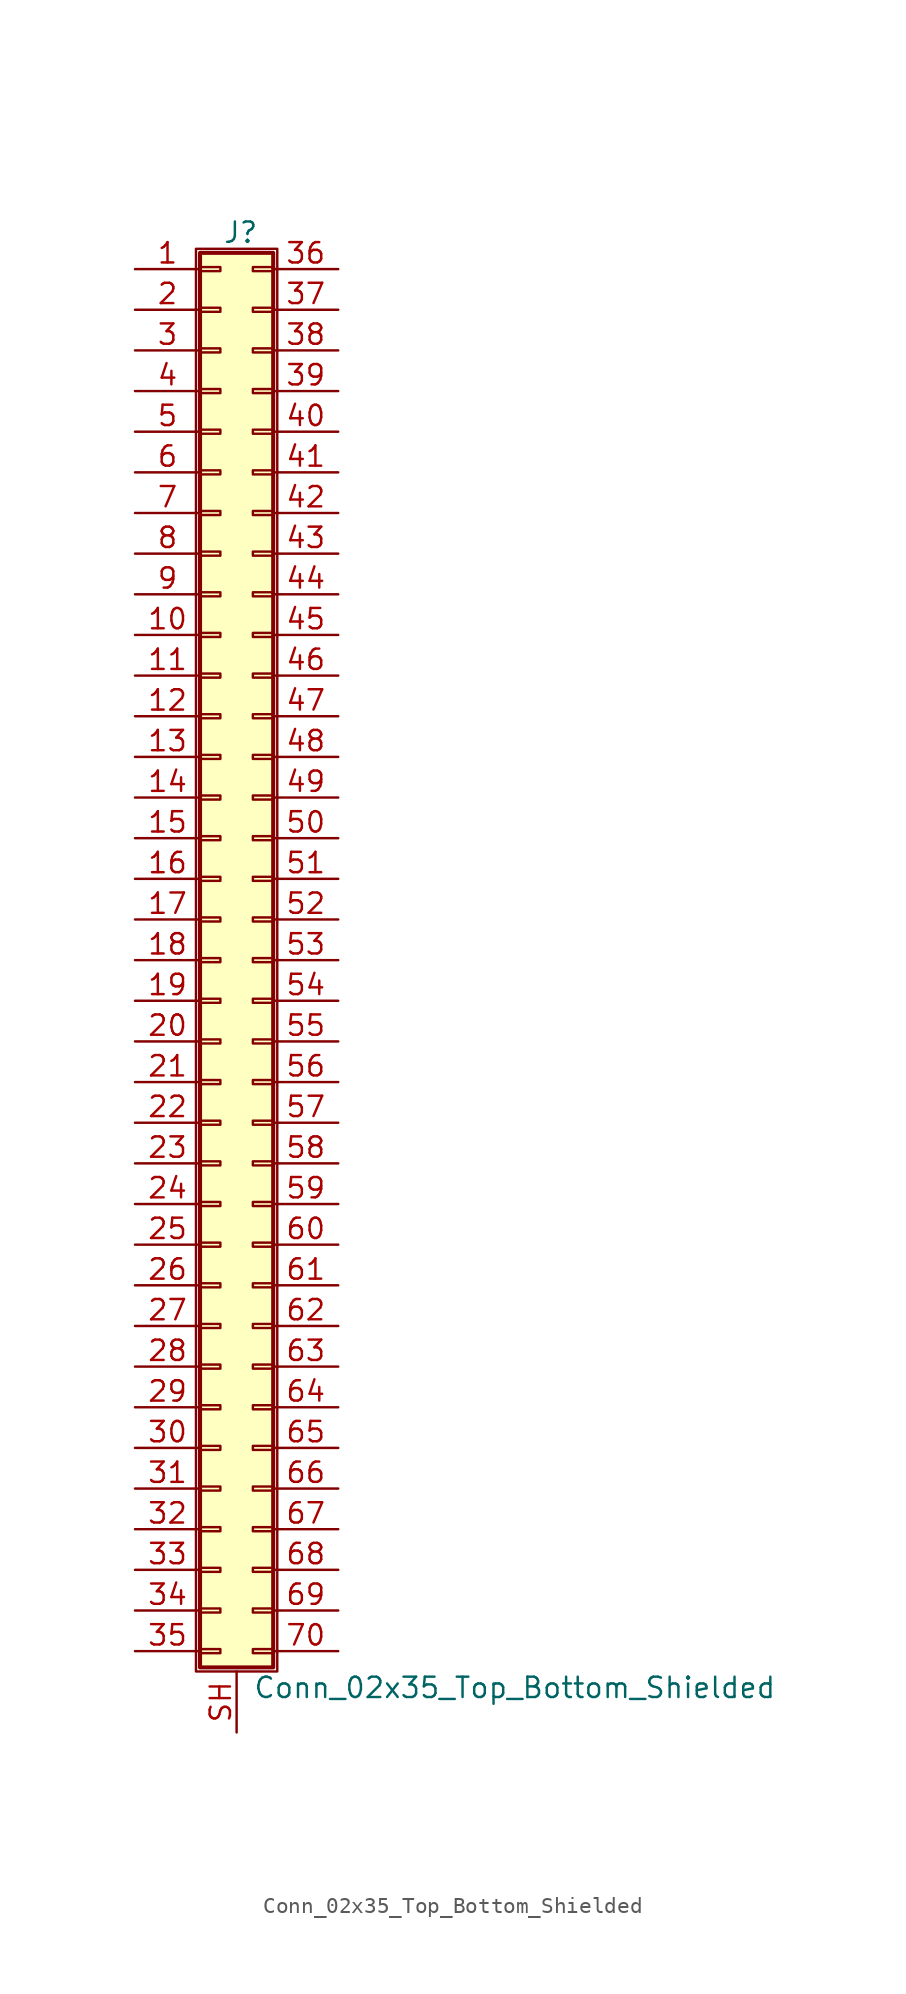
<source format=kicad_sym>
(kicad_symbol_lib
  (version 20201005)
  (generator kicad_symbol_editor)
  (symbol "Connector_Generic_Shielded:Conn_02x35_Top_Bottom_Shielded"
    (pin_names
      (offset 1.016) hide)
    (property "Reference" "J"
      (at 1.524 45.466 0)
      (effects (font (size 1.27 1.27))))
    (property "Value" "Conn_02x35_Top_Bottom_Shielded"
      (at 2.286 -45.466 0)
      (effects (font (size 1.27 1.27)) (justify left)))
    (symbol "Conn_02x35_Top_Bottom_Shielded_1_1"
      (rectangle (start -1.016 -27.813) (end 0.254 -28.067) (stroke (width 0.152)) (fill (type none)))
      (rectangle (start -1.016 -30.353) (end 0.254 -30.607) (stroke (width 0.152)) (fill (type none)))
      (rectangle (start -1.016 -32.893) (end 0.254 -33.147) (stroke (width 0.152)) (fill (type none)))
      (rectangle (start -1.016 -35.433) (end 0.254 -35.687) (stroke (width 0.152)) (fill (type none)))
      (rectangle (start -1.016 -37.973) (end 0.254 -38.227) (stroke (width 0.152)) (fill (type none)))
      (rectangle (start -1.016 -40.513) (end 0.254 -40.767) (stroke (width 0.152)) (fill (type none)))
      (rectangle (start -1.016 -43.053) (end 0.254 -43.307) (stroke (width 0.152)) (fill (type none)))
      (rectangle (start -1.016 -4.953) (end 0.254 -5.207) (stroke (width 0.152)) (fill (type none)))
      (rectangle (start -1.016 -7.493) (end 0.254 -7.747) (stroke (width 0.152)) (fill (type none)))
      (rectangle (start -1.016 -10.033) (end 0.254 -10.287) (stroke (width 0.152)) (fill (type none)))
      (rectangle (start -1.016 -12.573) (end 0.254 -12.827) (stroke (width 0.152)) (fill (type none)))
      (rectangle (start -1.016 -15.113) (end 0.254 -15.367) (stroke (width 0.152)) (fill (type none)))
      (rectangle (start -1.016 -17.653) (end 0.254 -17.907) (stroke (width 0.152)) (fill (type none)))
      (rectangle (start -1.016 -20.193) (end 0.254 -20.447) (stroke (width 0.152)) (fill (type none)))
      (rectangle (start -1.016 -22.733) (end 0.254 -22.987) (stroke (width 0.152)) (fill (type none)))
      (rectangle (start -1.016 -2.413) (end 0.254 -2.667) (stroke (width 0.152)) (fill (type none)))
      (rectangle (start -1.016 -25.273) (end 0.254 -25.527) (stroke (width 0.152)) (fill (type none)))
      (rectangle (start -1.016 25.527) (end 0.254 25.273) (stroke (width 0.152)) (fill (type none)))
      (rectangle (start -1.016 2.667) (end 0.254 2.413) (stroke (width 0.152)) (fill (type none)))
      (rectangle (start -1.016 28.067) (end 0.254 27.813) (stroke (width 0.152)) (fill (type none)))
      (rectangle (start -1.016 30.607) (end 0.254 30.353) (stroke (width 0.152)) (fill (type none)))
      (rectangle (start -1.016 33.147) (end 0.254 32.893) (stroke (width 0.152)) (fill (type none)))
      (rectangle (start -1.016 35.687) (end 0.254 35.433) (stroke (width 0.152)) (fill (type none)))
      (rectangle (start -1.016 38.227) (end 0.254 37.973) (stroke (width 0.152)) (fill (type none)))
      (rectangle (start -1.016 40.767) (end 0.254 40.513) (stroke (width 0.152)) (fill (type none)))
      (rectangle (start -1.016 43.307) (end 0.254 43.053) (stroke (width 0.152)) (fill (type none)))
      (rectangle (start -1.016 44.196) (end 3.556 -44.196) (stroke (width 0.254)) (fill (type background)))
      (rectangle (start -1.016 5.207) (end 0.254 4.953) (stroke (width 0.152)) (fill (type none)))
      (rectangle (start -1.016 7.747) (end 0.254 7.493) (stroke (width 0.152)) (fill (type none)))
      (rectangle (start -1.016 10.287) (end 0.254 10.033) (stroke (width 0.152)) (fill (type none)))
      (rectangle (start -1.016 0.127) (end 0.254 -0.127) (stroke (width 0.152)) (fill (type none)))
      (rectangle (start -1.016 12.827) (end 0.254 12.573) (stroke (width 0.152)) (fill (type none)))
      (rectangle (start -1.016 15.367) (end 0.254 15.113) (stroke (width 0.152)) (fill (type none)))
      (rectangle (start -1.016 17.907) (end 0.254 17.653) (stroke (width 0.152)) (fill (type none)))
      (rectangle (start -1.016 20.447) (end 0.254 20.193) (stroke (width 0.152)) (fill (type none)))
      (rectangle (start -1.016 22.987) (end 0.254 22.733) (stroke (width 0.152)) (fill (type none)))
      (rectangle (start -1.27 44.45) (end 3.81 -44.45) (stroke (width 0.152)) (fill (type none)))
      (rectangle (start 3.556 -27.813) (end 2.286 -28.067) (stroke (width 0.152)) (fill (type none)))
      (rectangle (start 3.556 -30.353) (end 2.286 -30.607) (stroke (width 0.152)) (fill (type none)))
      (rectangle (start 3.556 -32.893) (end 2.286 -33.147) (stroke (width 0.152)) (fill (type none)))
      (rectangle (start 3.556 -35.433) (end 2.286 -35.687) (stroke (width 0.152)) (fill (type none)))
      (rectangle (start 3.556 -37.973) (end 2.286 -38.227) (stroke (width 0.152)) (fill (type none)))
      (rectangle (start 3.556 -40.513) (end 2.286 -40.767) (stroke (width 0.152)) (fill (type none)))
      (rectangle (start 3.556 -43.053) (end 2.286 -43.307) (stroke (width 0.152)) (fill (type none)))
      (rectangle (start 3.556 -4.953) (end 2.286 -5.207) (stroke (width 0.152)) (fill (type none)))
      (rectangle (start 3.556 -7.493) (end 2.286 -7.747) (stroke (width 0.152)) (fill (type none)))
      (rectangle (start 3.556 -10.033) (end 2.286 -10.287) (stroke (width 0.152)) (fill (type none)))
      (rectangle (start 3.556 -12.573) (end 2.286 -12.827) (stroke (width 0.152)) (fill (type none)))
      (rectangle (start 3.556 -15.113) (end 2.286 -15.367) (stroke (width 0.152)) (fill (type none)))
      (rectangle (start 3.556 -17.653) (end 2.286 -17.907) (stroke (width 0.152)) (fill (type none)))
      (rectangle (start 3.556 -20.193) (end 2.286 -20.447) (stroke (width 0.152)) (fill (type none)))
      (rectangle (start 3.556 -22.733) (end 2.286 -22.987) (stroke (width 0.152)) (fill (type none)))
      (rectangle (start 3.556 -2.413) (end 2.286 -2.667) (stroke (width 0.152)) (fill (type none)))
      (rectangle (start 3.556 -25.273) (end 2.286 -25.527) (stroke (width 0.152)) (fill (type none)))
      (rectangle (start 3.556 25.527) (end 2.286 25.273) (stroke (width 0.152)) (fill (type none)))
      (rectangle (start 3.556 2.667) (end 2.286 2.413) (stroke (width 0.152)) (fill (type none)))
      (rectangle (start 3.556 28.067) (end 2.286 27.813) (stroke (width 0.152)) (fill (type none)))
      (rectangle (start 3.556 30.607) (end 2.286 30.353) (stroke (width 0.152)) (fill (type none)))
      (rectangle (start 3.556 33.147) (end 2.286 32.893) (stroke (width 0.152)) (fill (type none)))
      (rectangle (start 3.556 35.687) (end 2.286 35.433) (stroke (width 0.152)) (fill (type none)))
      (rectangle (start 3.556 38.227) (end 2.286 37.973) (stroke (width 0.152)) (fill (type none)))
      (rectangle (start 3.556 40.767) (end 2.286 40.513) (stroke (width 0.152)) (fill (type none)))
      (rectangle (start 3.556 43.307) (end 2.286 43.053) (stroke (width 0.152)) (fill (type none)))
      (rectangle (start 3.556 5.207) (end 2.286 4.953) (stroke (width 0.152)) (fill (type none)))
      (rectangle (start 3.556 7.747) (end 2.286 7.493) (stroke (width 0.152)) (fill (type none)))
      (rectangle (start 3.556 10.287) (end 2.286 10.033) (stroke (width 0.152)) (fill (type none)))
      (rectangle (start 3.556 0.127) (end 2.286 -0.127) (stroke (width 0.152)) (fill (type none)))
      (rectangle (start 3.556 12.827) (end 2.286 12.573) (stroke (width 0.152)) (fill (type none)))
      (rectangle (start 3.556 15.367) (end 2.286 15.113) (stroke (width 0.152)) (fill (type none)))
      (rectangle (start 3.556 17.907) (end 2.286 17.653) (stroke (width 0.152)) (fill (type none)))
      (rectangle (start 3.556 20.447) (end 2.286 20.193) (stroke (width 0.152)) (fill (type none)))
      (rectangle (start 3.556 22.987) (end 2.286 22.733) (stroke (width 0.152)) (fill (type none)))
      (pin passive line (at -5.08 43.18 0) (length 4.064) (name "Pin_1" (effects (font (size 1.27 1.27)))) (number "1" (effects (font (size 1.27 1.27)))))
      (pin passive line (at -5.08 20.32 0) (length 4.064) (name "Pin_10" (effects (font (size 1.27 1.27)))) (number "10" (effects (font (size 1.27 1.27)))))
      (pin passive line (at -5.08 17.78 0) (length 4.064) (name "Pin_11" (effects (font (size 1.27 1.27)))) (number "11" (effects (font (size 1.27 1.27)))))
      (pin passive line (at -5.08 15.24 0) (length 4.064) (name "Pin_12" (effects (font (size 1.27 1.27)))) (number "12" (effects (font (size 1.27 1.27)))))
      (pin passive line (at -5.08 12.7 0) (length 4.064) (name "Pin_13" (effects (font (size 1.27 1.27)))) (number "13" (effects (font (size 1.27 1.27)))))
      (pin passive line (at -5.08 10.16 0) (length 4.064) (name "Pin_14" (effects (font (size 1.27 1.27)))) (number "14" (effects (font (size 1.27 1.27)))))
      (pin passive line (at -5.08 7.62 0) (length 4.064) (name "Pin_15" (effects (font (size 1.27 1.27)))) (number "15" (effects (font (size 1.27 1.27)))))
      (pin passive line (at -5.08 5.08 0) (length 4.064) (name "Pin_16" (effects (font (size 1.27 1.27)))) (number "16" (effects (font (size 1.27 1.27)))))
      (pin passive line (at -5.08 2.54 0) (length 4.064) (name "Pin_17" (effects (font (size 1.27 1.27)))) (number "17" (effects (font (size 1.27 1.27)))))
      (pin passive line (at -5.08 0 0) (length 4.064) (name "Pin_18" (effects (font (size 1.27 1.27)))) (number "18" (effects (font (size 1.27 1.27)))))
      (pin passive line (at -5.08 -2.54 0) (length 4.064) (name "Pin_19" (effects (font (size 1.27 1.27)))) (number "19" (effects (font (size 1.27 1.27)))))
      (pin passive line (at -5.08 40.64 0) (length 4.064) (name "Pin_2" (effects (font (size 1.27 1.27)))) (number "2" (effects (font (size 1.27 1.27)))))
      (pin passive line (at -5.08 -5.08 0) (length 4.064) (name "Pin_20" (effects (font (size 1.27 1.27)))) (number "20" (effects (font (size 1.27 1.27)))))
      (pin passive line (at -5.08 -7.62 0) (length 4.064) (name "Pin_21" (effects (font (size 1.27 1.27)))) (number "21" (effects (font (size 1.27 1.27)))))
      (pin passive line (at -5.08 -10.16 0) (length 4.064) (name "Pin_22" (effects (font (size 1.27 1.27)))) (number "22" (effects (font (size 1.27 1.27)))))
      (pin passive line (at -5.08 -12.7 0) (length 4.064) (name "Pin_23" (effects (font (size 1.27 1.27)))) (number "23" (effects (font (size 1.27 1.27)))))
      (pin passive line (at -5.08 -15.24 0) (length 4.064) (name "Pin_24" (effects (font (size 1.27 1.27)))) (number "24" (effects (font (size 1.27 1.27)))))
      (pin passive line (at -5.08 -17.78 0) (length 4.064) (name "Pin_25" (effects (font (size 1.27 1.27)))) (number "25" (effects (font (size 1.27 1.27)))))
      (pin passive line (at -5.08 -20.32 0) (length 4.064) (name "Pin_26" (effects (font (size 1.27 1.27)))) (number "26" (effects (font (size 1.27 1.27)))))
      (pin passive line (at -5.08 -22.86 0) (length 4.064) (name "Pin_27" (effects (font (size 1.27 1.27)))) (number "27" (effects (font (size 1.27 1.27)))))
      (pin passive line (at -5.08 -25.4 0) (length 4.064) (name "Pin_28" (effects (font (size 1.27 1.27)))) (number "28" (effects (font (size 1.27 1.27)))))
      (pin passive line (at -5.08 -27.94 0) (length 4.064) (name "Pin_29" (effects (font (size 1.27 1.27)))) (number "29" (effects (font (size 1.27 1.27)))))
      (pin passive line (at -5.08 38.1 0) (length 4.064) (name "Pin_3" (effects (font (size 1.27 1.27)))) (number "3" (effects (font (size 1.27 1.27)))))
      (pin passive line (at -5.08 -30.48 0) (length 4.064) (name "Pin_30" (effects (font (size 1.27 1.27)))) (number "30" (effects (font (size 1.27 1.27)))))
      (pin passive line (at -5.08 -33.02 0) (length 4.064) (name "Pin_31" (effects (font (size 1.27 1.27)))) (number "31" (effects (font (size 1.27 1.27)))))
      (pin passive line (at -5.08 -35.56 0) (length 4.064) (name "Pin_32" (effects (font (size 1.27 1.27)))) (number "32" (effects (font (size 1.27 1.27)))))
      (pin passive line (at -5.08 -38.1 0) (length 4.064) (name "Pin_33" (effects (font (size 1.27 1.27)))) (number "33" (effects (font (size 1.27 1.27)))))
      (pin passive line (at -5.08 -40.64 0) (length 4.064) (name "Pin_34" (effects (font (size 1.27 1.27)))) (number "34" (effects (font (size 1.27 1.27)))))
      (pin passive line (at -5.08 -43.18 0) (length 4.064) (name "Pin_35" (effects (font (size 1.27 1.27)))) (number "35" (effects (font (size 1.27 1.27)))))
      (pin passive line (at 7.62 43.18 180) (length 4.064) (name "Pin_36" (effects (font (size 1.27 1.27)))) (number "36" (effects (font (size 1.27 1.27)))))
      (pin passive line (at 7.62 40.64 180) (length 4.064) (name "Pin_37" (effects (font (size 1.27 1.27)))) (number "37" (effects (font (size 1.27 1.27)))))
      (pin passive line (at 7.62 38.1 180) (length 4.064) (name "Pin_38" (effects (font (size 1.27 1.27)))) (number "38" (effects (font (size 1.27 1.27)))))
      (pin passive line (at 7.62 35.56 180) (length 4.064) (name "Pin_39" (effects (font (size 1.27 1.27)))) (number "39" (effects (font (size 1.27 1.27)))))
      (pin passive line (at -5.08 35.56 0) (length 4.064) (name "Pin_4" (effects (font (size 1.27 1.27)))) (number "4" (effects (font (size 1.27 1.27)))))
      (pin passive line (at 7.62 33.02 180) (length 4.064) (name "Pin_40" (effects (font (size 1.27 1.27)))) (number "40" (effects (font (size 1.27 1.27)))))
      (pin passive line (at 7.62 30.48 180) (length 4.064) (name "Pin_41" (effects (font (size 1.27 1.27)))) (number "41" (effects (font (size 1.27 1.27)))))
      (pin passive line (at 7.62 27.94 180) (length 4.064) (name "Pin_42" (effects (font (size 1.27 1.27)))) (number "42" (effects (font (size 1.27 1.27)))))
      (pin passive line (at 7.62 25.4 180) (length 4.064) (name "Pin_43" (effects (font (size 1.27 1.27)))) (number "43" (effects (font (size 1.27 1.27)))))
      (pin passive line (at 7.62 22.86 180) (length 4.064) (name "Pin_44" (effects (font (size 1.27 1.27)))) (number "44" (effects (font (size 1.27 1.27)))))
      (pin passive line (at 7.62 20.32 180) (length 4.064) (name "Pin_45" (effects (font (size 1.27 1.27)))) (number "45" (effects (font (size 1.27 1.27)))))
      (pin passive line (at 7.62 17.78 180) (length 4.064) (name "Pin_46" (effects (font (size 1.27 1.27)))) (number "46" (effects (font (size 1.27 1.27)))))
      (pin passive line (at 7.62 15.24 180) (length 4.064) (name "Pin_47" (effects (font (size 1.27 1.27)))) (number "47" (effects (font (size 1.27 1.27)))))
      (pin passive line (at 7.62 12.7 180) (length 4.064) (name "Pin_48" (effects (font (size 1.27 1.27)))) (number "48" (effects (font (size 1.27 1.27)))))
      (pin passive line (at 7.62 10.16 180) (length 4.064) (name "Pin_49" (effects (font (size 1.27 1.27)))) (number "49" (effects (font (size 1.27 1.27)))))
      (pin passive line (at -5.08 33.02 0) (length 4.064) (name "Pin_5" (effects (font (size 1.27 1.27)))) (number "5" (effects (font (size 1.27 1.27)))))
      (pin passive line (at 7.62 7.62 180) (length 4.064) (name "Pin_50" (effects (font (size 1.27 1.27)))) (number "50" (effects (font (size 1.27 1.27)))))
      (pin passive line (at 7.62 5.08 180) (length 4.064) (name "Pin_51" (effects (font (size 1.27 1.27)))) (number "51" (effects (font (size 1.27 1.27)))))
      (pin passive line (at 7.62 2.54 180) (length 4.064) (name "Pin_52" (effects (font (size 1.27 1.27)))) (number "52" (effects (font (size 1.27 1.27)))))
      (pin passive line (at 7.62 0 180) (length 4.064) (name "Pin_53" (effects (font (size 1.27 1.27)))) (number "53" (effects (font (size 1.27 1.27)))))
      (pin passive line (at 7.62 -2.54 180) (length 4.064) (name "Pin_54" (effects (font (size 1.27 1.27)))) (number "54" (effects (font (size 1.27 1.27)))))
      (pin passive line (at 7.62 -5.08 180) (length 4.064) (name "Pin_55" (effects (font (size 1.27 1.27)))) (number "55" (effects (font (size 1.27 1.27)))))
      (pin passive line (at 7.62 -7.62 180) (length 4.064) (name "Pin_56" (effects (font (size 1.27 1.27)))) (number "56" (effects (font (size 1.27 1.27)))))
      (pin passive line (at 7.62 -10.16 180) (length 4.064) (name "Pin_57" (effects (font (size 1.27 1.27)))) (number "57" (effects (font (size 1.27 1.27)))))
      (pin passive line (at 7.62 -12.7 180) (length 4.064) (name "Pin_58" (effects (font (size 1.27 1.27)))) (number "58" (effects (font (size 1.27 1.27)))))
      (pin passive line (at 7.62 -15.24 180) (length 4.064) (name "Pin_59" (effects (font (size 1.27 1.27)))) (number "59" (effects (font (size 1.27 1.27)))))
      (pin passive line (at -5.08 30.48 0) (length 4.064) (name "Pin_6" (effects (font (size 1.27 1.27)))) (number "6" (effects (font (size 1.27 1.27)))))
      (pin passive line (at 7.62 -17.78 180) (length 4.064) (name "Pin_60" (effects (font (size 1.27 1.27)))) (number "60" (effects (font (size 1.27 1.27)))))
      (pin passive line (at 7.62 -20.32 180) (length 4.064) (name "Pin_61" (effects (font (size 1.27 1.27)))) (number "61" (effects (font (size 1.27 1.27)))))
      (pin passive line (at 7.62 -22.86 180) (length 4.064) (name "Pin_62" (effects (font (size 1.27 1.27)))) (number "62" (effects (font (size 1.27 1.27)))))
      (pin passive line (at 7.62 -25.4 180) (length 4.064) (name "Pin_63" (effects (font (size 1.27 1.27)))) (number "63" (effects (font (size 1.27 1.27)))))
      (pin passive line (at 7.62 -27.94 180) (length 4.064) (name "Pin_64" (effects (font (size 1.27 1.27)))) (number "64" (effects (font (size 1.27 1.27)))))
      (pin passive line (at 7.62 -30.48 180) (length 4.064) (name "Pin_65" (effects (font (size 1.27 1.27)))) (number "65" (effects (font (size 1.27 1.27)))))
      (pin passive line (at 7.62 -33.02 180) (length 4.064) (name "Pin_66" (effects (font (size 1.27 1.27)))) (number "66" (effects (font (size 1.27 1.27)))))
      (pin passive line (at 7.62 -35.56 180) (length 4.064) (name "Pin_67" (effects (font (size 1.27 1.27)))) (number "67" (effects (font (size 1.27 1.27)))))
      (pin passive line (at 7.62 -38.1 180) (length 4.064) (name "Pin_68" (effects (font (size 1.27 1.27)))) (number "68" (effects (font (size 1.27 1.27)))))
      (pin passive line (at 7.62 -40.64 180) (length 4.064) (name "Pin_69" (effects (font (size 1.27 1.27)))) (number "69" (effects (font (size 1.27 1.27)))))
      (pin passive line (at -5.08 27.94 0) (length 4.064) (name "Pin_7" (effects (font (size 1.27 1.27)))) (number "7" (effects (font (size 1.27 1.27)))))
      (pin passive line (at 7.62 -43.18 180) (length 4.064) (name "Pin_70" (effects (font (size 1.27 1.27)))) (number "70" (effects (font (size 1.27 1.27)))))
      (pin passive line (at -5.08 25.4 0) (length 4.064) (name "Pin_8" (effects (font (size 1.27 1.27)))) (number "8" (effects (font (size 1.27 1.27)))))
      (pin passive line (at -5.08 22.86 0) (length 4.064) (name "Pin_9" (effects (font (size 1.27 1.27)))) (number "9" (effects (font (size 1.27 1.27)))))
      (pin passive line (at 1.27 -48.26 90) (length 3.81) (name "Shield" (effects (font (size 1.27 1.27)))) (number "SH" (effects (font (size 1.27 1.27))))))))
</source>
